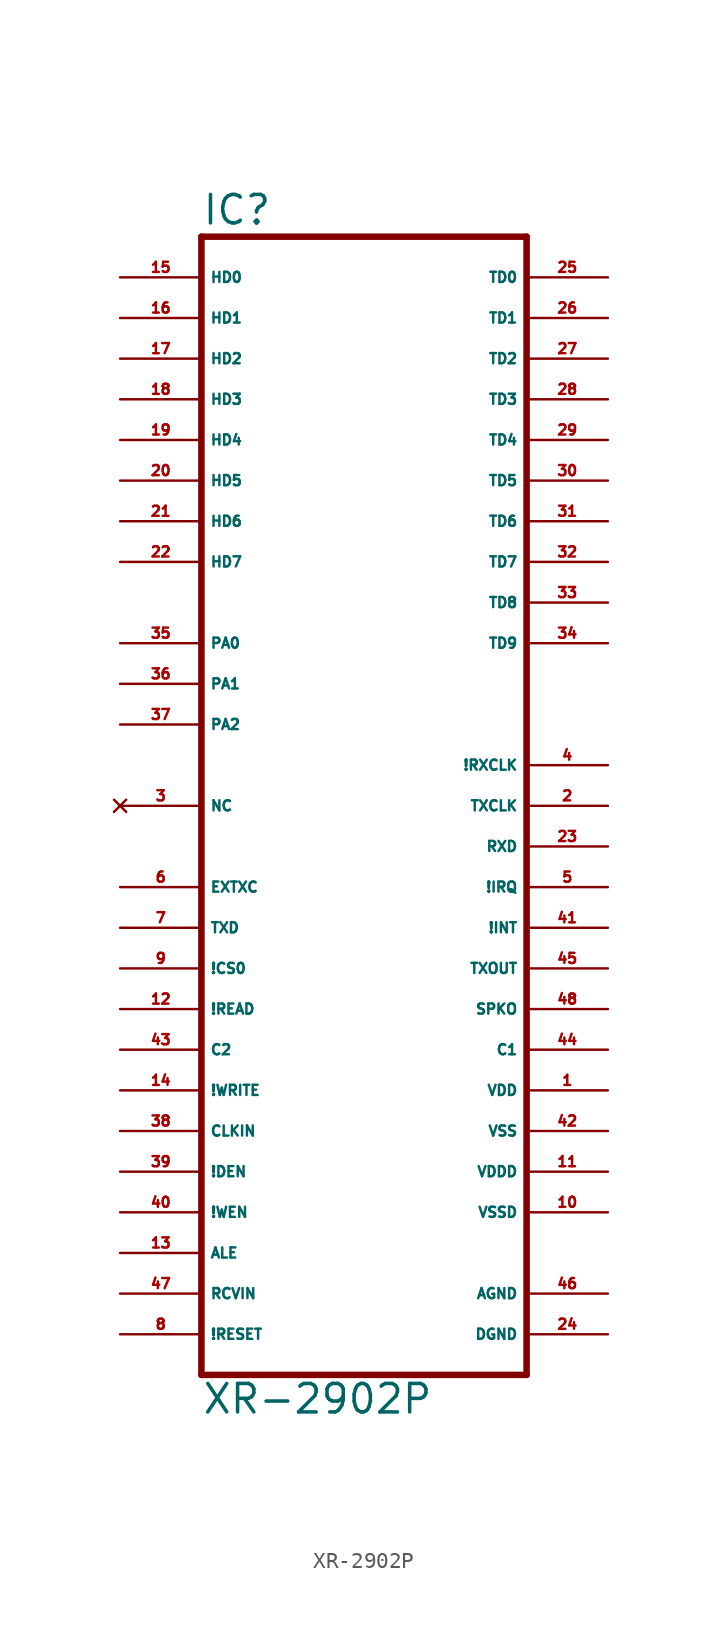
<source format=kicad_sym>
(kicad_symbol_lib
  (version 20220914)
  (generator Eagle2Kicad)
  (symbol "XR-2902P"
    (property "Reference" "IC"
      (at -10.16 38.735 0)
      (effects (font (size 1.778 1.778) (thickness 0.22)) (justify left bottom)))
    (property "Value" "XR-2902P"
      (at -10.16 -35.56 0)
      (effects (font (size 1.778 1.778) (thickness 0.22)) (justify left bottom)))
    (polyline
      (pts (xy -10.16 -33.02) (xy 10.16 -33.02))
      (stroke (width 0.406) (type default))
      (fill (type none)))
    (polyline
      (pts (xy 10.16 -33.02) (xy 10.16 38.1))
      (stroke (width 0.406) (type default))
      (fill (type none)))
    (polyline
      (pts (xy 10.16 38.1) (xy -10.16 38.1))
      (stroke (width 0.406) (type default))
      (fill (type none)))
    (polyline
      (pts (xy -10.16 38.1) (xy -10.16 -33.02))
      (stroke (width 0.406) (type default))
      (fill (type none)))
    (pin bidirectional line
      (at -15.24 35.56 0)
      (length 5.08)
      (name "HD0" (effects (font (size 0.635 0.635) (thickness 0.08)) (justify left bottom)))
      (number "15" (effects (font (size 0.635 0.635) (thickness 0.08)) (justify left bottom))))
    (pin bidirectional line
      (at -15.24 33.02 0)
      (length 5.08)
      (name "HD1" (effects (font (size 0.635 0.635) (thickness 0.08)) (justify left bottom)))
      (number "16" (effects (font (size 0.635 0.635) (thickness 0.08)) (justify left bottom))))
    (pin bidirectional line
      (at -15.24 30.48 0)
      (length 5.08)
      (name "HD2" (effects (font (size 0.635 0.635) (thickness 0.08)) (justify left bottom)))
      (number "17" (effects (font (size 0.635 0.635) (thickness 0.08)) (justify left bottom))))
    (pin bidirectional line
      (at -15.24 27.94 0)
      (length 5.08)
      (name "HD3" (effects (font (size 0.635 0.635) (thickness 0.08)) (justify left bottom)))
      (number "18" (effects (font (size 0.635 0.635) (thickness 0.08)) (justify left bottom))))
    (pin bidirectional line
      (at -15.24 25.4 0)
      (length 5.08)
      (name "HD4" (effects (font (size 0.635 0.635) (thickness 0.08)) (justify left bottom)))
      (number "19" (effects (font (size 0.635 0.635) (thickness 0.08)) (justify left bottom))))
    (pin bidirectional line
      (at -15.24 22.86 0)
      (length 5.08)
      (name "HD5" (effects (font (size 0.635 0.635) (thickness 0.08)) (justify left bottom)))
      (number "20" (effects (font (size 0.635 0.635) (thickness 0.08)) (justify left bottom))))
    (pin bidirectional line
      (at -15.24 20.32 0)
      (length 5.08)
      (name "HD6" (effects (font (size 0.635 0.635) (thickness 0.08)) (justify left bottom)))
      (number "21" (effects (font (size 0.635 0.635) (thickness 0.08)) (justify left bottom))))
    (pin bidirectional line
      (at -15.24 17.78 0)
      (length 5.08)
      (name "HD7" (effects (font (size 0.635 0.635) (thickness 0.08)) (justify left bottom)))
      (number "22" (effects (font (size 0.635 0.635) (thickness 0.08)) (justify left bottom))))
    (pin bidirectional line
      (at -15.24 12.7 0)
      (length 5.08)
      (name "PA0" (effects (font (size 0.635 0.635) (thickness 0.08)) (justify left bottom)))
      (number "35" (effects (font (size 0.635 0.635) (thickness 0.08)) (justify left bottom))))
    (pin bidirectional line
      (at -15.24 10.16 0)
      (length 5.08)
      (name "PA1" (effects (font (size 0.635 0.635) (thickness 0.08)) (justify left bottom)))
      (number "36" (effects (font (size 0.635 0.635) (thickness 0.08)) (justify left bottom))))
    (pin bidirectional line
      (at -15.24 7.62 0)
      (length 5.08)
      (name "PA2" (effects (font (size 0.635 0.635) (thickness 0.08)) (justify left bottom)))
      (number "37" (effects (font (size 0.635 0.635) (thickness 0.08)) (justify left bottom))))
    (pin bidirectional line
      (at 15.24 35.56 180)
      (length 5.08)
      (name "TD0" (effects (font (size 0.635 0.635) (thickness 0.08)) (justify left bottom)))
      (number "25" (effects (font (size 0.635 0.635) (thickness 0.08)) (justify left bottom))))
    (pin bidirectional line
      (at 15.24 33.02 180)
      (length 5.08)
      (name "TD1" (effects (font (size 0.635 0.635) (thickness 0.08)) (justify left bottom)))
      (number "26" (effects (font (size 0.635 0.635) (thickness 0.08)) (justify left bottom))))
    (pin bidirectional line
      (at 15.24 30.48 180)
      (length 5.08)
      (name "TD2" (effects (font (size 0.635 0.635) (thickness 0.08)) (justify left bottom)))
      (number "27" (effects (font (size 0.635 0.635) (thickness 0.08)) (justify left bottom))))
    (pin bidirectional line
      (at 15.24 27.94 180)
      (length 5.08)
      (name "TD3" (effects (font (size 0.635 0.635) (thickness 0.08)) (justify left bottom)))
      (number "28" (effects (font (size 0.635 0.635) (thickness 0.08)) (justify left bottom))))
    (pin bidirectional line
      (at 15.24 25.4 180)
      (length 5.08)
      (name "TD4" (effects (font (size 0.635 0.635) (thickness 0.08)) (justify left bottom)))
      (number "29" (effects (font (size 0.635 0.635) (thickness 0.08)) (justify left bottom))))
    (pin bidirectional line
      (at 15.24 22.86 180)
      (length 5.08)
      (name "TD5" (effects (font (size 0.635 0.635) (thickness 0.08)) (justify left bottom)))
      (number "30" (effects (font (size 0.635 0.635) (thickness 0.08)) (justify left bottom))))
    (pin bidirectional line
      (at 15.24 20.32 180)
      (length 5.08)
      (name "TD6" (effects (font (size 0.635 0.635) (thickness 0.08)) (justify left bottom)))
      (number "31" (effects (font (size 0.635 0.635) (thickness 0.08)) (justify left bottom))))
    (pin bidirectional line
      (at 15.24 17.78 180)
      (length 5.08)
      (name "TD7" (effects (font (size 0.635 0.635) (thickness 0.08)) (justify left bottom)))
      (number "32" (effects (font (size 0.635 0.635) (thickness 0.08)) (justify left bottom))))
    (pin bidirectional line
      (at 15.24 15.24 180)
      (length 5.08)
      (name "TD8" (effects (font (size 0.635 0.635) (thickness 0.08)) (justify left bottom)))
      (number "33" (effects (font (size 0.635 0.635) (thickness 0.08)) (justify left bottom))))
    (pin bidirectional line
      (at 15.24 12.7 180)
      (length 5.08)
      (name "TD9" (effects (font (size 0.635 0.635) (thickness 0.08)) (justify left bottom)))
      (number "34" (effects (font (size 0.635 0.635) (thickness 0.08)) (justify left bottom))))
    (pin no_connect line
      (at -15.24 2.54 0)
      (length 5.08)
      (name "NC" (effects (font (size 0.635 0.635) (thickness 0.08)) (justify left bottom) hide))
      (number "3" (effects (font (size 0.635 0.635) (thickness 0.08)) (justify left bottom) hide)))
    (pin input line
      (at -15.24 -2.54 0)
      (length 5.08)
      (name "EXTXC" (effects (font (size 0.635 0.635) (thickness 0.08)) (justify left bottom)))
      (number "6" (effects (font (size 0.635 0.635) (thickness 0.08)) (justify left bottom))))
    (pin input line
      (at -15.24 -5.08 0)
      (length 5.08)
      (name "TXD" (effects (font (size 0.635 0.635) (thickness 0.08)) (justify left bottom)))
      (number "7" (effects (font (size 0.635 0.635) (thickness 0.08)) (justify left bottom))))
    (pin input line
      (at -15.24 -7.62 0)
      (length 5.08)
      (name "!CS0" (effects (font (size 0.635 0.635) (thickness 0.08)) (justify left bottom)))
      (number "9" (effects (font (size 0.635 0.635) (thickness 0.08)) (justify left bottom))))
    (pin input line
      (at -15.24 -10.16 0)
      (length 5.08)
      (name "!READ" (effects (font (size 0.635 0.635) (thickness 0.08)) (justify left bottom)))
      (number "12" (effects (font (size 0.635 0.635) (thickness 0.08)) (justify left bottom))))
    (pin input line
      (at -15.24 -25.4 0)
      (length 5.08)
      (name "ALE" (effects (font (size 0.635 0.635) (thickness 0.08)) (justify left bottom)))
      (number "13" (effects (font (size 0.635 0.635) (thickness 0.08)) (justify left bottom))))
    (pin input line
      (at -15.24 -15.24 0)
      (length 5.08)
      (name "!WRITE" (effects (font (size 0.635 0.635) (thickness 0.08)) (justify left bottom)))
      (number "14" (effects (font (size 0.635 0.635) (thickness 0.08)) (justify left bottom))))
    (pin input line
      (at -15.24 -17.78 0)
      (length 5.08)
      (name "CLKIN" (effects (font (size 0.635 0.635) (thickness 0.08)) (justify left bottom)))
      (number "38" (effects (font (size 0.635 0.635) (thickness 0.08)) (justify left bottom))))
    (pin input line
      (at -15.24 -20.32 0)
      (length 5.08)
      (name "!DEN" (effects (font (size 0.635 0.635) (thickness 0.08)) (justify left bottom)))
      (number "39" (effects (font (size 0.635 0.635) (thickness 0.08)) (justify left bottom))))
    (pin input line
      (at -15.24 -22.86 0)
      (length 5.08)
      (name "!WEN" (effects (font (size 0.635 0.635) (thickness 0.08)) (justify left bottom)))
      (number "40" (effects (font (size 0.635 0.635) (thickness 0.08)) (justify left bottom))))
    (pin input line
      (at -15.24 -12.7 0)
      (length 5.08)
      (name "C2" (effects (font (size 0.635 0.635) (thickness 0.08)) (justify left bottom)))
      (number "43" (effects (font (size 0.635 0.635) (thickness 0.08)) (justify left bottom))))
    (pin input line
      (at -15.24 -27.94 0)
      (length 5.08)
      (name "RCVIN" (effects (font (size 0.635 0.635) (thickness 0.08)) (justify left bottom)))
      (number "47" (effects (font (size 0.635 0.635) (thickness 0.08)) (justify left bottom))))
    (pin input line
      (at -15.24 -30.48 0)
      (length 5.08)
      (name "!RESET" (effects (font (size 0.635 0.635) (thickness 0.08)) (justify left bottom)))
      (number "8" (effects (font (size 0.635 0.635) (thickness 0.08)) (justify left bottom))))
    (pin output line
      (at 15.24 2.54 180)
      (length 5.08)
      (name "TXCLK" (effects (font (size 0.635 0.635) (thickness 0.08)) (justify left bottom)))
      (number "2" (effects (font (size 0.635 0.635) (thickness 0.08)) (justify left bottom))))
    (pin output line
      (at 15.24 5.08 180)
      (length 5.08)
      (name "!RXCLK" (effects (font (size 0.635 0.635) (thickness 0.08)) (justify left bottom)))
      (number "4" (effects (font (size 0.635 0.635) (thickness 0.08)) (justify left bottom))))
    (pin output line
      (at 15.24 -2.54 180)
      (length 5.08)
      (name "!IRQ" (effects (font (size 0.635 0.635) (thickness 0.08)) (justify left bottom)))
      (number "5" (effects (font (size 0.635 0.635) (thickness 0.08)) (justify left bottom))))
    (pin output line
      (at 15.24 0 180)
      (length 5.08)
      (name "RXD" (effects (font (size 0.635 0.635) (thickness 0.08)) (justify left bottom)))
      (number "23" (effects (font (size 0.635 0.635) (thickness 0.08)) (justify left bottom))))
    (pin output line
      (at 15.24 -5.08 180)
      (length 5.08)
      (name "!INT" (effects (font (size 0.635 0.635) (thickness 0.08)) (justify left bottom)))
      (number "41" (effects (font (size 0.635 0.635) (thickness 0.08)) (justify left bottom))))
    (pin output line
      (at 15.24 -12.7 180)
      (length 5.08)
      (name "C1" (effects (font (size 0.635 0.635) (thickness 0.08)) (justify left bottom)))
      (number "44" (effects (font (size 0.635 0.635) (thickness 0.08)) (justify left bottom))))
    (pin output line
      (at 15.24 -7.62 180)
      (length 5.08)
      (name "TXOUT" (effects (font (size 0.635 0.635) (thickness 0.08)) (justify left bottom)))
      (number "45" (effects (font (size 0.635 0.635) (thickness 0.08)) (justify left bottom))))
    (pin output line
      (at 15.24 -10.16 180)
      (length 5.08)
      (name "SPKO" (effects (font (size 0.635 0.635) (thickness 0.08)) (justify left bottom)))
      (number "48" (effects (font (size 0.635 0.635) (thickness 0.08)) (justify left bottom))))
    (pin unspecified line
      (at 15.24 -15.24 180)
      (length 5.08)
      (name "VDD" (effects (font (size 0.635 0.635) (thickness 0.08)) (justify left bottom)))
      (number "1" (effects (font (size 0.635 0.635) (thickness 0.08)) (justify left bottom))))
    (pin unspecified line
      (at 15.24 -20.32 180)
      (length 5.08)
      (name "VDDD" (effects (font (size 0.635 0.635) (thickness 0.08)) (justify left bottom)))
      (number "11" (effects (font (size 0.635 0.635) (thickness 0.08)) (justify left bottom))))
    (pin unspecified line
      (at 15.24 -22.86 180)
      (length 5.08)
      (name "VSSD" (effects (font (size 0.635 0.635) (thickness 0.08)) (justify left bottom)))
      (number "10" (effects (font (size 0.635 0.635) (thickness 0.08)) (justify left bottom))))
    (pin unspecified line
      (at 15.24 -27.94 180)
      (length 5.08)
      (name "AGND" (effects (font (size 0.635 0.635) (thickness 0.08)) (justify left bottom)))
      (number "46" (effects (font (size 0.635 0.635) (thickness 0.08)) (justify left bottom))))
    (pin unspecified line
      (at 15.24 -17.78 180)
      (length 5.08)
      (name "VSS" (effects (font (size 0.635 0.635) (thickness 0.08)) (justify left bottom)))
      (number "42" (effects (font (size 0.635 0.635) (thickness 0.08)) (justify left bottom))))
    (pin unspecified line
      (at 15.24 -30.48 180)
      (length 5.08)
      (name "DGND" (effects (font (size 0.635 0.635) (thickness 0.08)) (justify left bottom)))
      (number "24" (effects (font (size 0.635 0.635) (thickness 0.08)) (justify left bottom))))))
</source>
